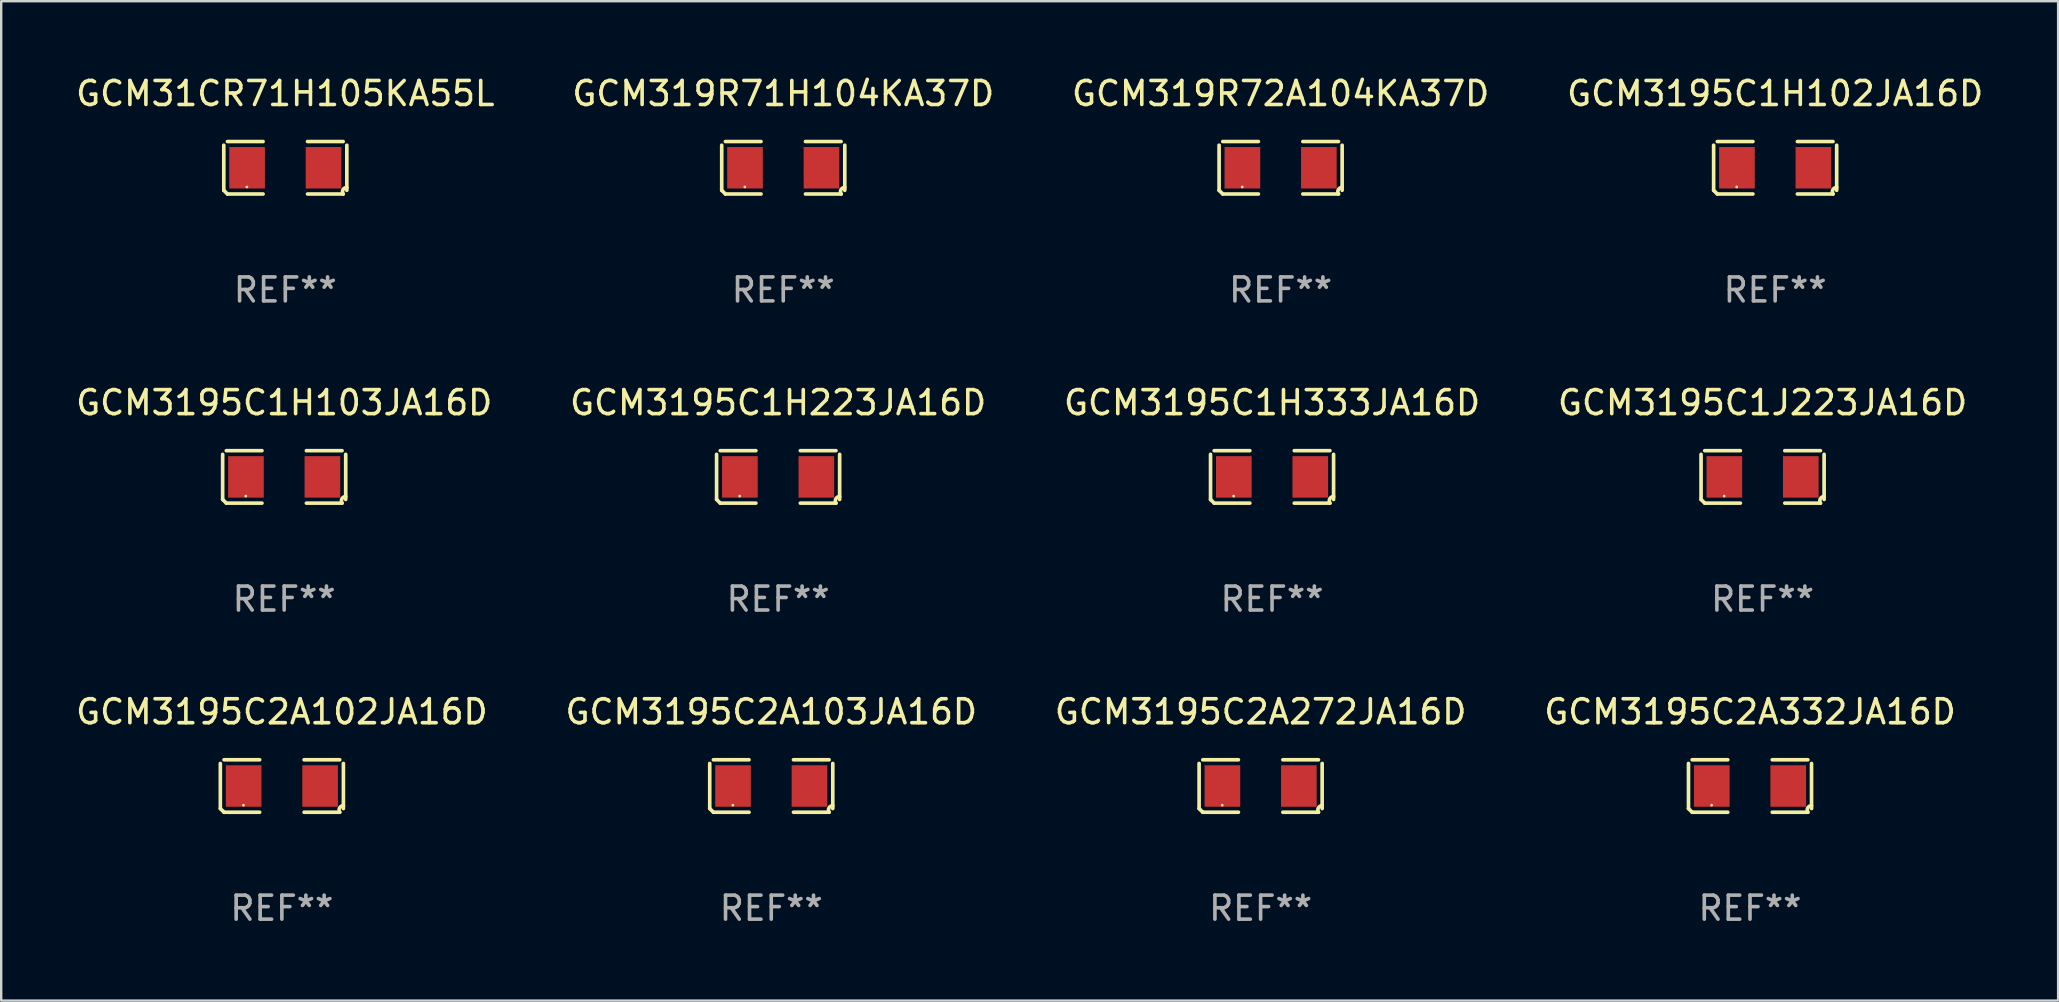
<source format=kicad_pcb>
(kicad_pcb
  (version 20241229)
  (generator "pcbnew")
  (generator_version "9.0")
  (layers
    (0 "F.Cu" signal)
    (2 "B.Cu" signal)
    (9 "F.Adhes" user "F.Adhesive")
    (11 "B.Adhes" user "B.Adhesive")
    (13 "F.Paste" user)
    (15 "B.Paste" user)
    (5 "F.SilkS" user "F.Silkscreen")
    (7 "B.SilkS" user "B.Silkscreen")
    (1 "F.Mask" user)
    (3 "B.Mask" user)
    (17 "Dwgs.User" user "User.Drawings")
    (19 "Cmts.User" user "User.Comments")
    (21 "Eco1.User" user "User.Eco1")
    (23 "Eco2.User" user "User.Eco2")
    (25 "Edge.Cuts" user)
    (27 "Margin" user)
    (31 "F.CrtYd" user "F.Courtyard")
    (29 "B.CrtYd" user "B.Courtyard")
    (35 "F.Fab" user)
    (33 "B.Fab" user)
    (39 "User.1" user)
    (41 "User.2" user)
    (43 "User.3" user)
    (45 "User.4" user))
  (footprint "GCM319R71H104KA37D"
    (layer "F.Cu")
    (at 29.589 3.941)
    (property "Reference" "GCM319R71H104KA37D" (at 0 -3.093 0) (layer "F.SilkS") (effects (font (size 1 1) (thickness 0.15))))
    (attr through_hole)
    (fp_line (start -2.564 0.94) (end -2.564 -0.94) (stroke (width 0.152) (type solid)) (layer "F.SilkS"))
    (fp_line (start -2.411 -1.093) (end -0.926 -1.093) (stroke (width 0.152) (type solid)) (layer "F.SilkS"))
    (fp_line (start -0.926 1.093) (end -2.411 1.093) (stroke (width 0.152) (type solid)) (layer "F.SilkS"))
    (fp_line (start 0.926 1.093) (end 2.411 1.093) (stroke (width 0.152) (type solid)) (layer "F.SilkS"))
    (fp_line (start 2.411 -1.093) (end 0.926 -1.093) (stroke (width 0.152) (type solid)) (layer "F.SilkS"))
    (fp_line (start 2.564 0.94) (end 2.564 -0.94) (stroke (width 0.152) (type solid)) (layer "F.SilkS"))
    (fp_arc (start -2.411201 1.092609) (mid -2.487413 1.01642) (end -2.563602 0.940208) (stroke (width 0.1524) (type solid)) (layer "F.SilkS"))
    (fp_arc (start 2.411201 1.092609) (mid 2.407159 0.911226) (end 2.563602 0.819347) (stroke (width 0.1524) (type solid)) (layer "F.SilkS"))
    (fp_circle (center -1.6 0.8) (end -1.57 0.8) (stroke (width 0.06) (type solid)) (fill no) (layer "F.SilkS"))
    (fp_text user "REF**" (at 0 5.093 0) (layer "F.Fab") (effects (font (size 1 1) (thickness 0.15))))
    (pad "1" smd rect (at -1.593 0) (size 1.485 1.728) (layers "F.Cu" "F.Mask" "F.Paste"))
    (pad "2" smd rect (at 1.593 0) (size 1.485 1.728) (layers "F.Cu" "F.Mask" "F.Paste")))
  (footprint "GCM31CR71H105KA55L"
    (layer "F.Cu")
    (at 8.839 3.941)
    (property "Reference" "GCM31CR71H105KA55L" (at 0 -3.093 0) (layer "F.SilkS") (effects (font (size 1 1) (thickness 0.15))))
    (attr through_hole)
    (fp_line (start -2.564 0.94) (end -2.564 -0.94) (stroke (width 0.152) (type solid)) (layer "F.SilkS"))
    (fp_line (start -2.411 -1.093) (end -0.926 -1.093) (stroke (width 0.152) (type solid)) (layer "F.SilkS"))
    (fp_line (start -0.926 1.093) (end -2.411 1.093) (stroke (width 0.152) (type solid)) (layer "F.SilkS"))
    (fp_line (start 0.926 1.093) (end 2.411 1.093) (stroke (width 0.152) (type solid)) (layer "F.SilkS"))
    (fp_line (start 2.411 -1.093) (end 0.926 -1.093) (stroke (width 0.152) (type solid)) (layer "F.SilkS"))
    (fp_line (start 2.564 0.94) (end 2.564 -0.94) (stroke (width 0.152) (type solid)) (layer "F.SilkS"))
    (fp_arc (start -2.411201 1.092609) (mid -2.487413 1.01642) (end -2.563602 0.940208) (stroke (width 0.1524) (type solid)) (layer "F.SilkS"))
    (fp_arc (start 2.411201 1.092609) (mid 2.407159 0.911226) (end 2.563602 0.819347) (stroke (width 0.1524) (type solid)) (layer "F.SilkS"))
    (fp_circle (center -1.6 0.8) (end -1.57 0.8) (stroke (width 0.06) (type solid)) (fill no) (layer "F.SilkS"))
    (fp_text user "REF**" (at 0 5.093 0) (layer "F.Fab") (effects (font (size 1 1) (thickness 0.15))))
    (pad "1" smd rect (at -1.593 0) (size 1.485 1.728) (layers "F.Cu" "F.Mask" "F.Paste"))
    (pad "2" smd rect (at 1.593 0) (size 1.485 1.728) (layers "F.Cu" "F.Mask" "F.Paste")))
  (footprint "GCM3195C1H223JA16D"
    (layer "F.Cu")
    (at 29.375 16.823)
    (property "Reference" "GCM3195C1H223JA16D" (at 0 -3.093 0) (layer "F.SilkS") (effects (font (size 1 1) (thickness 0.15))))
    (attr through_hole)
    (fp_line (start -2.564 0.94) (end -2.564 -0.94) (stroke (width 0.152) (type solid)) (layer "F.SilkS"))
    (fp_line (start -2.411 -1.093) (end -0.926 -1.093) (stroke (width 0.152) (type solid)) (layer "F.SilkS"))
    (fp_line (start -0.926 1.093) (end -2.411 1.093) (stroke (width 0.152) (type solid)) (layer "F.SilkS"))
    (fp_line (start 0.926 1.093) (end 2.411 1.093) (stroke (width 0.152) (type solid)) (layer "F.SilkS"))
    (fp_line (start 2.411 -1.093) (end 0.926 -1.093) (stroke (width 0.152) (type solid)) (layer "F.SilkS"))
    (fp_line (start 2.564 0.94) (end 2.564 -0.94) (stroke (width 0.152) (type solid)) (layer "F.SilkS"))
    (fp_arc (start -2.411201 1.092609) (mid -2.487413 1.01642) (end -2.563602 0.940208) (stroke (width 0.1524) (type solid)) (layer "F.SilkS"))
    (fp_arc (start 2.411201 1.092609) (mid 2.407159 0.911226) (end 2.563602 0.819347) (stroke (width 0.1524) (type solid)) (layer "F.SilkS"))
    (fp_circle (center -1.6 0.8) (end -1.57 0.8) (stroke (width 0.06) (type solid)) (fill no) (layer "F.SilkS"))
    (fp_text user "REF**" (at 0 5.093 0) (layer "F.Fab") (effects (font (size 1 1) (thickness 0.15))))
    (pad "1" smd rect (at -1.593 0) (size 1.485 1.728) (layers "F.Cu" "F.Mask" "F.Paste"))
    (pad "2" smd rect (at 1.593 0) (size 1.485 1.728) (layers "F.Cu" "F.Mask" "F.Paste")))
  (footprint "GCM3195C2A272JA16D"
    (layer "F.Cu")
    (at 49.482 29.704)
    (property "Reference" "GCM3195C2A272JA16D" (at 0 -3.093 0) (layer "F.SilkS") (effects (font (size 1 1) (thickness 0.15))))
    (attr through_hole)
    (fp_line (start -2.564 0.94) (end -2.564 -0.94) (stroke (width 0.152) (type solid)) (layer "F.SilkS"))
    (fp_line (start -2.411 -1.093) (end -0.926 -1.093) (stroke (width 0.152) (type solid)) (layer "F.SilkS"))
    (fp_line (start -0.926 1.093) (end -2.411 1.093) (stroke (width 0.152) (type solid)) (layer "F.SilkS"))
    (fp_line (start 0.926 1.093) (end 2.411 1.093) (stroke (width 0.152) (type solid)) (layer "F.SilkS"))
    (fp_line (start 2.411 -1.093) (end 0.926 -1.093) (stroke (width 0.152) (type solid)) (layer "F.SilkS"))
    (fp_line (start 2.564 0.94) (end 2.564 -0.94) (stroke (width 0.152) (type solid)) (layer "F.SilkS"))
    (fp_arc (start -2.411201 1.092609) (mid -2.487413 1.01642) (end -2.563602 0.940208) (stroke (width 0.1524) (type solid)) (layer "F.SilkS"))
    (fp_arc (start 2.411201 1.092609) (mid 2.407159 0.911226) (end 2.563602 0.819347) (stroke (width 0.1524) (type solid)) (layer "F.SilkS"))
    (fp_circle (center -1.6 0.8) (end -1.57 0.8) (stroke (width 0.06) (type solid)) (fill no) (layer "F.SilkS"))
    (fp_text user "REF**" (at 0 5.093 0) (layer "F.Fab") (effects (font (size 1 1) (thickness 0.15))))
    (pad "1" smd rect (at -1.593 0) (size 1.485 1.728) (layers "F.Cu" "F.Mask" "F.Paste"))
    (pad "2" smd rect (at 1.593 0) (size 1.485 1.728) (layers "F.Cu" "F.Mask" "F.Paste")))
  (footprint "GCM3195C1H102JA16D"
    (layer "F.Cu")
    (at 70.923 3.941)
    (property "Reference" "GCM3195C1H102JA16D" (at 0 -3.093 0) (layer "F.SilkS") (effects (font (size 1 1) (thickness 0.15))))
    (attr through_hole)
    (fp_line (start -2.564 0.94) (end -2.564 -0.94) (stroke (width 0.152) (type solid)) (layer "F.SilkS"))
    (fp_line (start -2.411 -1.093) (end -0.926 -1.093) (stroke (width 0.152) (type solid)) (layer "F.SilkS"))
    (fp_line (start -0.926 1.093) (end -2.411 1.093) (stroke (width 0.152) (type solid)) (layer "F.SilkS"))
    (fp_line (start 0.926 1.093) (end 2.411 1.093) (stroke (width 0.152) (type solid)) (layer "F.SilkS"))
    (fp_line (start 2.411 -1.093) (end 0.926 -1.093) (stroke (width 0.152) (type solid)) (layer "F.SilkS"))
    (fp_line (start 2.564 0.94) (end 2.564 -0.94) (stroke (width 0.152) (type solid)) (layer "F.SilkS"))
    (fp_arc (start -2.411201 1.092609) (mid -2.487413 1.01642) (end -2.563602 0.940208) (stroke (width 0.1524) (type solid)) (layer "F.SilkS"))
    (fp_arc (start 2.411201 1.092609) (mid 2.407159 0.911226) (end 2.563602 0.819347) (stroke (width 0.1524) (type solid)) (layer "F.SilkS"))
    (fp_circle (center -1.6 0.8) (end -1.57 0.8) (stroke (width 0.06) (type solid)) (fill no) (layer "F.SilkS"))
    (fp_text user "REF**" (at 0 5.093 0) (layer "F.Fab") (effects (font (size 1 1) (thickness 0.15))))
    (pad "1" smd rect (at -1.593 0) (size 1.485 1.728) (layers "F.Cu" "F.Mask" "F.Paste"))
    (pad "2" smd rect (at 1.593 0) (size 1.485 1.728) (layers "F.Cu" "F.Mask" "F.Paste")))
  (footprint "GCM3195C1J223JA16D"
    (layer "F.Cu")
    (at 70.399 16.823)
    (property "Reference" "GCM3195C1J223JA16D" (at 0 -3.093 0) (layer "F.SilkS") (effects (font (size 1 1) (thickness 0.15))))
    (attr through_hole)
    (fp_line (start -2.564 0.94) (end -2.564 -0.94) (stroke (width 0.152) (type solid)) (layer "F.SilkS"))
    (fp_line (start -2.411 -1.093) (end -0.926 -1.093) (stroke (width 0.152) (type solid)) (layer "F.SilkS"))
    (fp_line (start -0.926 1.093) (end -2.411 1.093) (stroke (width 0.152) (type solid)) (layer "F.SilkS"))
    (fp_line (start 0.926 1.093) (end 2.411 1.093) (stroke (width 0.152) (type solid)) (layer "F.SilkS"))
    (fp_line (start 2.411 -1.093) (end 0.926 -1.093) (stroke (width 0.152) (type solid)) (layer "F.SilkS"))
    (fp_line (start 2.564 0.94) (end 2.564 -0.94) (stroke (width 0.152) (type solid)) (layer "F.SilkS"))
    (fp_arc (start -2.411201 1.092609) (mid -2.487413 1.01642) (end -2.563602 0.940208) (stroke (width 0.1524) (type solid)) (layer "F.SilkS"))
    (fp_arc (start 2.411201 1.092609) (mid 2.407159 0.911226) (end 2.563602 0.819347) (stroke (width 0.1524) (type solid)) (layer "F.SilkS"))
    (fp_circle (center -1.6 0.8) (end -1.57 0.8) (stroke (width 0.06) (type solid)) (fill no) (layer "F.SilkS"))
    (fp_text user "REF**" (at 0 5.093 0) (layer "F.Fab") (effects (font (size 1 1) (thickness 0.15))))
    (pad "1" smd rect (at -1.593 0) (size 1.485 1.728) (layers "F.Cu" "F.Mask" "F.Paste"))
    (pad "2" smd rect (at 1.593 0) (size 1.485 1.728) (layers "F.Cu" "F.Mask" "F.Paste")))
  (footprint "GCM319R72A104KA37D"
    (layer "F.Cu")
    (at 50.315 3.941)
    (property "Reference" "GCM319R72A104KA37D" (at 0 -3.093 0) (layer "F.SilkS") (effects (font (size 1 1) (thickness 0.15))))
    (attr through_hole)
    (fp_line (start -2.564 0.94) (end -2.564 -0.94) (stroke (width 0.152) (type solid)) (layer "F.SilkS"))
    (fp_line (start -2.411 -1.093) (end -0.926 -1.093) (stroke (width 0.152) (type solid)) (layer "F.SilkS"))
    (fp_line (start -0.926 1.093) (end -2.411 1.093) (stroke (width 0.152) (type solid)) (layer "F.SilkS"))
    (fp_line (start 0.926 1.093) (end 2.411 1.093) (stroke (width 0.152) (type solid)) (layer "F.SilkS"))
    (fp_line (start 2.411 -1.093) (end 0.926 -1.093) (stroke (width 0.152) (type solid)) (layer "F.SilkS"))
    (fp_line (start 2.564 0.94) (end 2.564 -0.94) (stroke (width 0.152) (type solid)) (layer "F.SilkS"))
    (fp_arc (start -2.411201 1.092609) (mid -2.487413 1.01642) (end -2.563602 0.940208) (stroke (width 0.1524) (type solid)) (layer "F.SilkS"))
    (fp_arc (start 2.411201 1.092609) (mid 2.407159 0.911226) (end 2.563602 0.819347) (stroke (width 0.1524) (type solid)) (layer "F.SilkS"))
    (fp_circle (center -1.6 0.8) (end -1.57 0.8) (stroke (width 0.06) (type solid)) (fill no) (layer "F.SilkS"))
    (fp_text user "REF**" (at 0 5.093 0) (layer "F.Fab") (effects (font (size 1 1) (thickness 0.15))))
    (pad "1" smd rect (at -1.593 0) (size 1.485 1.728) (layers "F.Cu" "F.Mask" "F.Paste"))
    (pad "2" smd rect (at 1.593 0) (size 1.485 1.728) (layers "F.Cu" "F.Mask" "F.Paste")))
  (footprint "GCM3195C2A103JA16D"
    (layer "F.Cu")
    (at 29.089 29.704)
    (property "Reference" "GCM3195C2A103JA16D" (at 0 -3.093 0) (layer "F.SilkS") (effects (font (size 1 1) (thickness 0.15))))
    (attr through_hole)
    (fp_line (start -2.564 0.94) (end -2.564 -0.94) (stroke (width 0.152) (type solid)) (layer "F.SilkS"))
    (fp_line (start -2.411 -1.093) (end -0.926 -1.093) (stroke (width 0.152) (type solid)) (layer "F.SilkS"))
    (fp_line (start -0.926 1.093) (end -2.411 1.093) (stroke (width 0.152) (type solid)) (layer "F.SilkS"))
    (fp_line (start 0.926 1.093) (end 2.411 1.093) (stroke (width 0.152) (type solid)) (layer "F.SilkS"))
    (fp_line (start 2.411 -1.093) (end 0.926 -1.093) (stroke (width 0.152) (type solid)) (layer "F.SilkS"))
    (fp_line (start 2.564 0.94) (end 2.564 -0.94) (stroke (width 0.152) (type solid)) (layer "F.SilkS"))
    (fp_arc (start -2.411201 1.092609) (mid -2.487413 1.01642) (end -2.563602 0.940208) (stroke (width 0.1524) (type solid)) (layer "F.SilkS"))
    (fp_arc (start 2.411201 1.092609) (mid 2.407159 0.911226) (end 2.563602 0.819347) (stroke (width 0.1524) (type solid)) (layer "F.SilkS"))
    (fp_circle (center -1.6 0.8) (end -1.57 0.8) (stroke (width 0.06) (type solid)) (fill no) (layer "F.SilkS"))
    (fp_text user "REF**" (at 0 5.093 0) (layer "F.Fab") (effects (font (size 1 1) (thickness 0.15))))
    (pad "1" smd rect (at -1.593 0) (size 1.485 1.728) (layers "F.Cu" "F.Mask" "F.Paste"))
    (pad "2" smd rect (at 1.593 0) (size 1.485 1.728) (layers "F.Cu" "F.Mask" "F.Paste")))
  (footprint "GCM3195C1H103JA16D"
    (layer "F.Cu")
    (at 8.792 16.823)
    (property "Reference" "GCM3195C1H103JA16D" (at 0 -3.093 0) (layer "F.SilkS") (effects (font (size 1 1) (thickness 0.15))))
    (attr through_hole)
    (fp_line (start -2.564 0.94) (end -2.564 -0.94) (stroke (width 0.152) (type solid)) (layer "F.SilkS"))
    (fp_line (start -2.411 -1.093) (end -0.926 -1.093) (stroke (width 0.152) (type solid)) (layer "F.SilkS"))
    (fp_line (start -0.926 1.093) (end -2.411 1.093) (stroke (width 0.152) (type solid)) (layer "F.SilkS"))
    (fp_line (start 0.926 1.093) (end 2.411 1.093) (stroke (width 0.152) (type solid)) (layer "F.SilkS"))
    (fp_line (start 2.411 -1.093) (end 0.926 -1.093) (stroke (width 0.152) (type solid)) (layer "F.SilkS"))
    (fp_line (start 2.564 0.94) (end 2.564 -0.94) (stroke (width 0.152) (type solid)) (layer "F.SilkS"))
    (fp_arc (start -2.411201 1.092609) (mid -2.487413 1.01642) (end -2.563602 0.940208) (stroke (width 0.1524) (type solid)) (layer "F.SilkS"))
    (fp_arc (start 2.411201 1.092609) (mid 2.407159 0.911226) (end 2.563602 0.819347) (stroke (width 0.1524) (type solid)) (layer "F.SilkS"))
    (fp_circle (center -1.6 0.8) (end -1.57 0.8) (stroke (width 0.06) (type solid)) (fill no) (layer "F.SilkS"))
    (fp_text user "REF**" (at 0 5.093 0) (layer "F.Fab") (effects (font (size 1 1) (thickness 0.15))))
    (pad "1" smd rect (at -1.593 0) (size 1.485 1.728) (layers "F.Cu" "F.Mask" "F.Paste"))
    (pad "2" smd rect (at 1.593 0) (size 1.485 1.728) (layers "F.Cu" "F.Mask" "F.Paste")))
  (footprint "GCM3195C2A332JA16D"
    (layer "F.Cu")
    (at 69.875 29.704)
    (property "Reference" "GCM3195C2A332JA16D" (at 0 -3.093 0) (layer "F.SilkS") (effects (font (size 1 1) (thickness 0.15))))
    (attr through_hole)
    (fp_line (start -2.564 0.94) (end -2.564 -0.94) (stroke (width 0.152) (type solid)) (layer "F.SilkS"))
    (fp_line (start -2.411 -1.093) (end -0.926 -1.093) (stroke (width 0.152) (type solid)) (layer "F.SilkS"))
    (fp_line (start -0.926 1.093) (end -2.411 1.093) (stroke (width 0.152) (type solid)) (layer "F.SilkS"))
    (fp_line (start 0.926 1.093) (end 2.411 1.093) (stroke (width 0.152) (type solid)) (layer "F.SilkS"))
    (fp_line (start 2.411 -1.093) (end 0.926 -1.093) (stroke (width 0.152) (type solid)) (layer "F.SilkS"))
    (fp_line (start 2.564 0.94) (end 2.564 -0.94) (stroke (width 0.152) (type solid)) (layer "F.SilkS"))
    (fp_arc (start -2.411201 1.092609) (mid -2.487413 1.01642) (end -2.563602 0.940208) (stroke (width 0.1524) (type solid)) (layer "F.SilkS"))
    (fp_arc (start 2.411201 1.092609) (mid 2.407159 0.911226) (end 2.563602 0.819347) (stroke (width 0.1524) (type solid)) (layer "F.SilkS"))
    (fp_circle (center -1.6 0.8) (end -1.57 0.8) (stroke (width 0.06) (type solid)) (fill no) (layer "F.SilkS"))
    (fp_text user "REF**" (at 0 5.093 0) (layer "F.Fab") (effects (font (size 1 1) (thickness 0.15))))
    (pad "1" smd rect (at -1.593 0) (size 1.485 1.728) (layers "F.Cu" "F.Mask" "F.Paste"))
    (pad "2" smd rect (at 1.593 0) (size 1.485 1.728) (layers "F.Cu" "F.Mask" "F.Paste")))
  (footprint "GCM3195C1H333JA16D"
    (layer "F.Cu")
    (at 49.958 16.823)
    (property "Reference" "GCM3195C1H333JA16D" (at 0 -3.093 0) (layer "F.SilkS") (effects (font (size 1 1) (thickness 0.15))))
    (attr through_hole)
    (fp_line (start -2.564 0.94) (end -2.564 -0.94) (stroke (width 0.152) (type solid)) (layer "F.SilkS"))
    (fp_line (start -2.411 -1.093) (end -0.926 -1.093) (stroke (width 0.152) (type solid)) (layer "F.SilkS"))
    (fp_line (start -0.926 1.093) (end -2.411 1.093) (stroke (width 0.152) (type solid)) (layer "F.SilkS"))
    (fp_line (start 0.926 1.093) (end 2.411 1.093) (stroke (width 0.152) (type solid)) (layer "F.SilkS"))
    (fp_line (start 2.411 -1.093) (end 0.926 -1.093) (stroke (width 0.152) (type solid)) (layer "F.SilkS"))
    (fp_line (start 2.564 0.94) (end 2.564 -0.94) (stroke (width 0.152) (type solid)) (layer "F.SilkS"))
    (fp_arc (start -2.411201 1.092609) (mid -2.487413 1.01642) (end -2.563602 0.940208) (stroke (width 0.1524) (type solid)) (layer "F.SilkS"))
    (fp_arc (start 2.411201 1.092609) (mid 2.407159 0.911226) (end 2.563602 0.819347) (stroke (width 0.1524) (type solid)) (layer "F.SilkS"))
    (fp_circle (center -1.6 0.8) (end -1.57 0.8) (stroke (width 0.06) (type solid)) (fill no) (layer "F.SilkS"))
    (fp_text user "REF**" (at 0 5.093 0) (layer "F.Fab") (effects (font (size 1 1) (thickness 0.15))))
    (pad "1" smd rect (at -1.593 0) (size 1.485 1.728) (layers "F.Cu" "F.Mask" "F.Paste"))
    (pad "2" smd rect (at 1.593 0) (size 1.485 1.728) (layers "F.Cu" "F.Mask" "F.Paste")))
  (footprint "GCM3195C2A102JA16D"
    (layer "F.Cu")
    (at 8.696 29.704)
    (property "Reference" "GCM3195C2A102JA16D" (at 0 -3.093 0) (layer "F.SilkS") (effects (font (size 1 1) (thickness 0.15))))
    (attr through_hole)
    (fp_line (start -2.564 0.94) (end -2.564 -0.94) (stroke (width 0.152) (type solid)) (layer "F.SilkS"))
    (fp_line (start -2.411 -1.093) (end -0.926 -1.093) (stroke (width 0.152) (type solid)) (layer "F.SilkS"))
    (fp_line (start -0.926 1.093) (end -2.411 1.093) (stroke (width 0.152) (type solid)) (layer "F.SilkS"))
    (fp_line (start 0.926 1.093) (end 2.411 1.093) (stroke (width 0.152) (type solid)) (layer "F.SilkS"))
    (fp_line (start 2.411 -1.093) (end 0.926 -1.093) (stroke (width 0.152) (type solid)) (layer "F.SilkS"))
    (fp_line (start 2.564 0.94) (end 2.564 -0.94) (stroke (width 0.152) (type solid)) (layer "F.SilkS"))
    (fp_arc (start -2.411201 1.092609) (mid -2.487413 1.01642) (end -2.563602 0.940208) (stroke (width 0.1524) (type solid)) (layer "F.SilkS"))
    (fp_arc (start 2.411201 1.092609) (mid 2.407159 0.911226) (end 2.563602 0.819347) (stroke (width 0.1524) (type solid)) (layer "F.SilkS"))
    (fp_circle (center -1.6 0.8) (end -1.57 0.8) (stroke (width 0.06) (type solid)) (fill no) (layer "F.SilkS"))
    (fp_text user "REF**" (at 0 5.093 0) (layer "F.Fab") (effects (font (size 1 1) (thickness 0.15))))
    (pad "1" smd rect (at -1.593 0) (size 1.485 1.728) (layers "F.Cu" "F.Mask" "F.Paste"))
    (pad "2" smd rect (at 1.593 0) (size 1.485 1.728) (layers "F.Cu" "F.Mask" "F.Paste")))
  (gr_rect
    (start -3 -3)
    (end 82.714 38.645)
    (stroke (width 0.1) (type default))
    (fill no)
    (layer "Edge.Cuts")))
</source>
